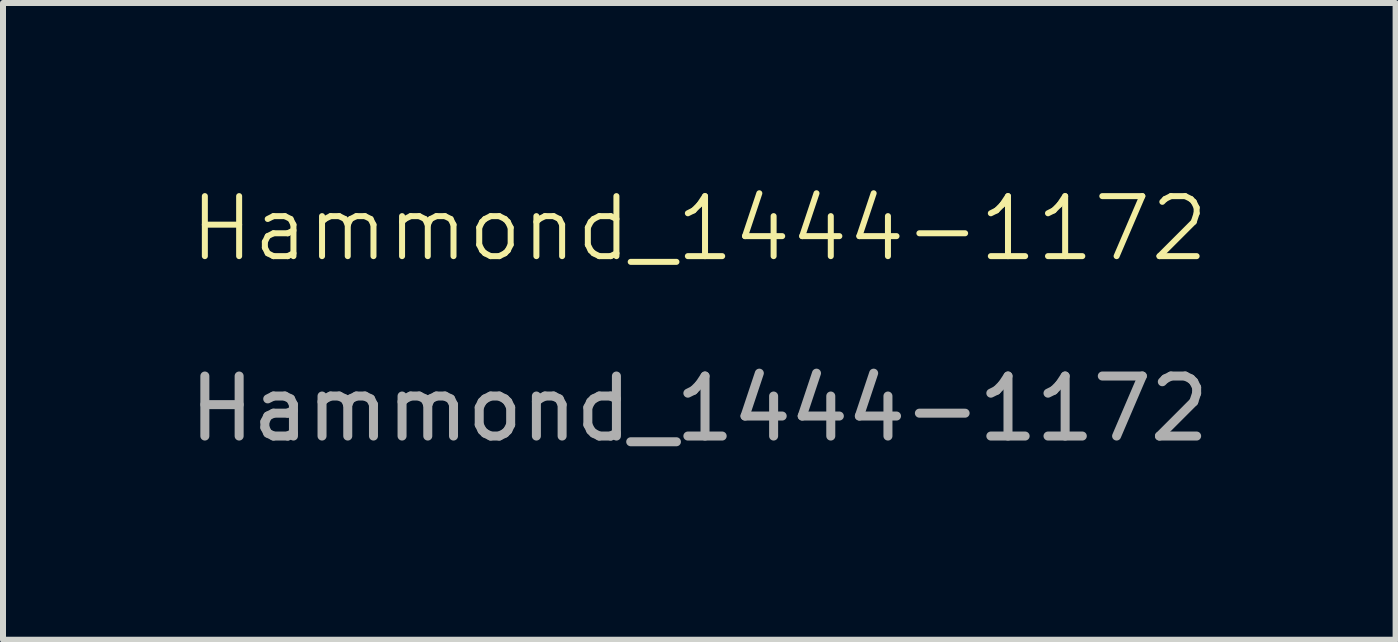
<source format=kicad_pcb>
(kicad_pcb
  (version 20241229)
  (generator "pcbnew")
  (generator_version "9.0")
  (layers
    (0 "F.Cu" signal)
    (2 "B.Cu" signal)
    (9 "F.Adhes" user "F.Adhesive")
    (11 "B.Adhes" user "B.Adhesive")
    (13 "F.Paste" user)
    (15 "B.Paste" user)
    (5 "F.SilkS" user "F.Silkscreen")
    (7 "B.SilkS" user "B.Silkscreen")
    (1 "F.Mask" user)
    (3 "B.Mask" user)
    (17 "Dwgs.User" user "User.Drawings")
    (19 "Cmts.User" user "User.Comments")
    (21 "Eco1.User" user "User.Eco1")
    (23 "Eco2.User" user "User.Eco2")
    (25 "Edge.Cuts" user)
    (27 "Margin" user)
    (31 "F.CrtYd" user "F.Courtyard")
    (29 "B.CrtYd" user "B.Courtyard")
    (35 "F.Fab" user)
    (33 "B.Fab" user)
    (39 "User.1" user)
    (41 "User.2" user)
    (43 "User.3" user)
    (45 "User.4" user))
  (footprint "Hammond_1444-1172"
    (layer "F.Cu")
    (at 8.601 1.26)
    (property "Reference" "Hammond_1444-1172" (at 0 -0.5 0) (unlocked yes) (layer "F.SilkS") (effects (font (size 1 1) (thickness 0.1))))
    (fp_text user "${REFERENCE}" (at 0 2.5 0) (unlocked yes) (layer "F.Fab") (effects (font (size 1 1) (thickness 0.15)))))
  (gr_rect
    (start -3 -3)
    (end 20.202 7.609)
    (stroke (width 0.1) (type default))
    (fill no)
    (layer "Edge.Cuts")))
</source>
